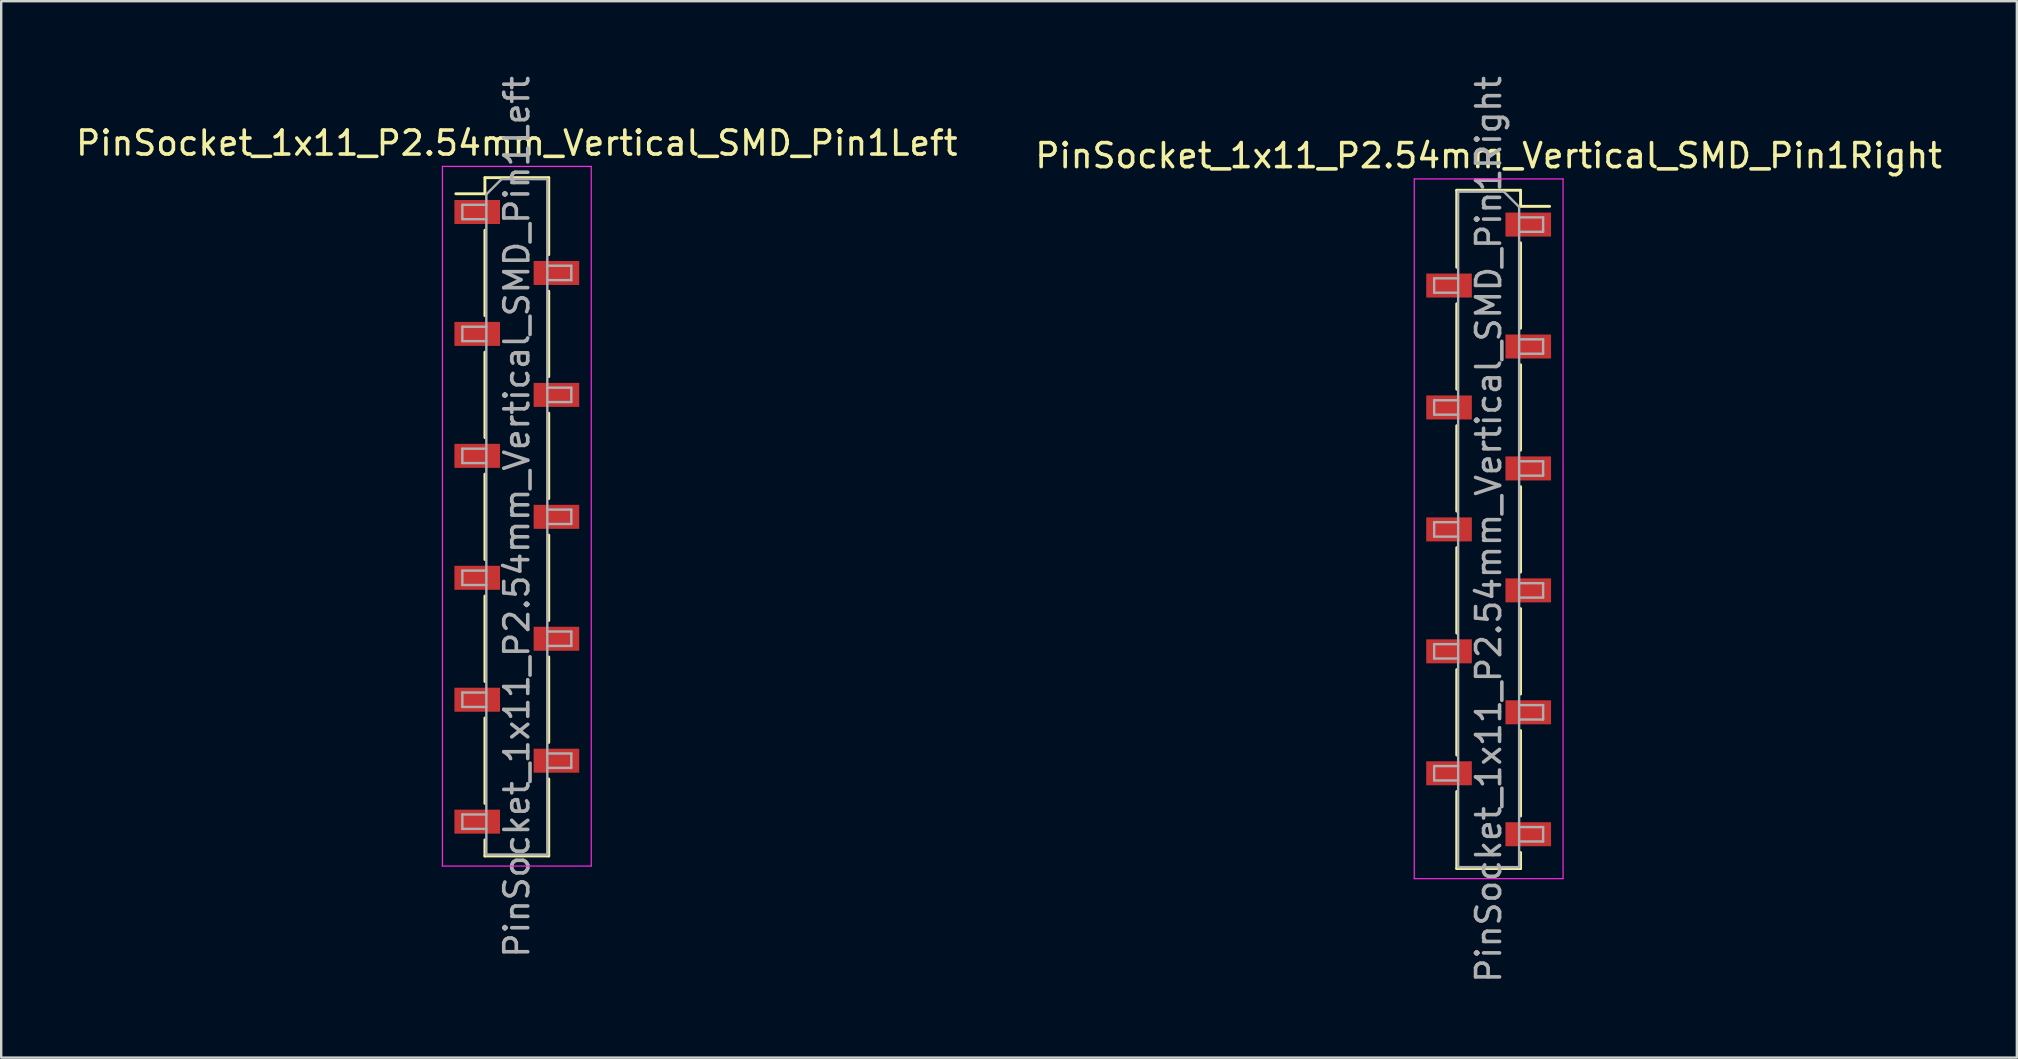
<source format=kicad_pcb>
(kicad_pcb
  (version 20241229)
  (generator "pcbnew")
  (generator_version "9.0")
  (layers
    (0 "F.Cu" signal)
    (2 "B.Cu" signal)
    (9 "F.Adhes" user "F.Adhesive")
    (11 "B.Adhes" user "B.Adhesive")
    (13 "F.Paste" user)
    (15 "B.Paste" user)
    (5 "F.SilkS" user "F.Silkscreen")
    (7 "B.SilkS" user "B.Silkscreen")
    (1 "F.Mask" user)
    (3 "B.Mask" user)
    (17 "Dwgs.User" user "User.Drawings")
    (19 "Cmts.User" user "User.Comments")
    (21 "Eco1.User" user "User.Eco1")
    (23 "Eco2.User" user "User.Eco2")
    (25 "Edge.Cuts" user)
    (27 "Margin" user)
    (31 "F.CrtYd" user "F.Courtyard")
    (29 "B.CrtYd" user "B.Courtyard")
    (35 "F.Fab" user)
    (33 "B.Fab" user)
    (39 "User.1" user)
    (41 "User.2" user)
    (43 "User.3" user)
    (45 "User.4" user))
  (footprint "PinSocket_1x11_P2.54mm_Vertical_SMD_Pin1Right"
    (layer "F.Cu")
    (at 58.97 19.006)
    (property "Reference" "PinSocket_1x11_P2.54mm_Vertical_SMD_Pin1Right" (at 0 -15.57 0) (layer "F.SilkS") (effects (font (size 1 1) (thickness 0.15))))
    (attr smd)
    (fp_line (start -1.33 -14.13) (end -1.33 -10.92) (stroke (width 0.12) (type solid)) (layer "F.SilkS"))
    (fp_line (start -1.33 -14.13) (end 1.33 -14.13) (stroke (width 0.12) (type solid)) (layer "F.SilkS"))
    (fp_line (start -1.33 -9.4) (end -1.33 -5.84) (stroke (width 0.12) (type solid)) (layer "F.SilkS"))
    (fp_line (start -1.33 -4.32) (end -1.33 -0.76) (stroke (width 0.12) (type solid)) (layer "F.SilkS"))
    (fp_line (start -1.33 0.76) (end -1.33 4.32) (stroke (width 0.12) (type solid)) (layer "F.SilkS"))
    (fp_line (start -1.33 5.84) (end -1.33 9.4) (stroke (width 0.12) (type solid)) (layer "F.SilkS"))
    (fp_line (start -1.33 10.92) (end -1.33 14.13) (stroke (width 0.12) (type solid)) (layer "F.SilkS"))
    (fp_line (start -1.33 14.13) (end 1.33 14.13) (stroke (width 0.12) (type solid)) (layer "F.SilkS"))
    (fp_line (start 1.33 -14.13) (end 1.33 -13.46) (stroke (width 0.12) (type solid)) (layer "F.SilkS"))
    (fp_line (start 1.33 -13.46) (end 2.54 -13.46) (stroke (width 0.12) (type solid)) (layer "F.SilkS"))
    (fp_line (start 1.33 -11.94) (end 1.33 -8.38) (stroke (width 0.12) (type solid)) (layer "F.SilkS"))
    (fp_line (start 1.33 -6.86) (end 1.33 -3.3) (stroke (width 0.12) (type solid)) (layer "F.SilkS"))
    (fp_line (start 1.33 -1.78) (end 1.33 1.78) (stroke (width 0.12) (type solid)) (layer "F.SilkS"))
    (fp_line (start 1.33 3.3) (end 1.33 6.86) (stroke (width 0.12) (type solid)) (layer "F.SilkS"))
    (fp_line (start 1.33 8.38) (end 1.33 11.94) (stroke (width 0.12) (type solid)) (layer "F.SilkS"))
    (fp_line (start 1.33 13.46) (end 1.33 14.13) (stroke (width 0.12) (type solid)) (layer "F.SilkS"))
    (fp_line (start -3.1 -14.6) (end 3.1 -14.6) (stroke (width 0.05) (type solid)) (layer "F.CrtYd"))
    (fp_line (start -3.1 14.55) (end -3.1 -14.6) (stroke (width 0.05) (type solid)) (layer "F.CrtYd"))
    (fp_line (start 3.1 -14.6) (end 3.1 14.55) (stroke (width 0.05) (type solid)) (layer "F.CrtYd"))
    (fp_line (start 3.1 14.55) (end -3.1 14.55) (stroke (width 0.05) (type solid)) (layer "F.CrtYd"))
    (fp_line (start -2.27 -10.46) (end -1.27 -10.46) (stroke (width 0.1) (type solid)) (layer "F.Fab"))
    (fp_line (start -2.27 -9.86) (end -2.27 -10.46) (stroke (width 0.1) (type solid)) (layer "F.Fab"))
    (fp_line (start -2.27 -5.38) (end -1.27 -5.38) (stroke (width 0.1) (type solid)) (layer "F.Fab"))
    (fp_line (start -2.27 -4.78) (end -2.27 -5.38) (stroke (width 0.1) (type solid)) (layer "F.Fab"))
    (fp_line (start -2.27 -0.3) (end -1.27 -0.3) (stroke (width 0.1) (type solid)) (layer "F.Fab"))
    (fp_line (start -2.27 0.3) (end -2.27 -0.3) (stroke (width 0.1) (type solid)) (layer "F.Fab"))
    (fp_line (start -2.27 4.78) (end -1.27 4.78) (stroke (width 0.1) (type solid)) (layer "F.Fab"))
    (fp_line (start -2.27 5.38) (end -2.27 4.78) (stroke (width 0.1) (type solid)) (layer "F.Fab"))
    (fp_line (start -2.27 9.86) (end -1.27 9.86) (stroke (width 0.1) (type solid)) (layer "F.Fab"))
    (fp_line (start -2.27 10.46) (end -2.27 9.86) (stroke (width 0.1) (type solid)) (layer "F.Fab"))
    (fp_line (start -1.27 -14.07) (end 0.635 -14.07) (stroke (width 0.1) (type solid)) (layer "F.Fab"))
    (fp_line (start -1.27 -9.86) (end -2.27 -9.86) (stroke (width 0.1) (type solid)) (layer "F.Fab"))
    (fp_line (start -1.27 -4.78) (end -2.27 -4.78) (stroke (width 0.1) (type solid)) (layer "F.Fab"))
    (fp_line (start -1.27 0.3) (end -2.27 0.3) (stroke (width 0.1) (type solid)) (layer "F.Fab"))
    (fp_line (start -1.27 5.38) (end -2.27 5.38) (stroke (width 0.1) (type solid)) (layer "F.Fab"))
    (fp_line (start -1.27 10.46) (end -2.27 10.46) (stroke (width 0.1) (type solid)) (layer "F.Fab"))
    (fp_line (start -1.27 14.07) (end -1.27 -14.07) (stroke (width 0.1) (type solid)) (layer "F.Fab"))
    (fp_line (start 0.635 -14.07) (end 1.27 -13.435) (stroke (width 0.1) (type solid)) (layer "F.Fab"))
    (fp_line (start 1.27 -13.435) (end 1.27 14.07) (stroke (width 0.1) (type solid)) (layer "F.Fab"))
    (fp_line (start 1.27 -13) (end 2.27 -13) (stroke (width 0.1) (type solid)) (layer "F.Fab"))
    (fp_line (start 1.27 -7.92) (end 2.27 -7.92) (stroke (width 0.1) (type solid)) (layer "F.Fab"))
    (fp_line (start 1.27 -2.84) (end 2.27 -2.84) (stroke (width 0.1) (type solid)) (layer "F.Fab"))
    (fp_line (start 1.27 2.24) (end 2.27 2.24) (stroke (width 0.1) (type solid)) (layer "F.Fab"))
    (fp_line (start 1.27 7.32) (end 2.27 7.32) (stroke (width 0.1) (type solid)) (layer "F.Fab"))
    (fp_line (start 1.27 12.4) (end 2.27 12.4) (stroke (width 0.1) (type solid)) (layer "F.Fab"))
    (fp_line (start 1.27 14.07) (end -1.27 14.07) (stroke (width 0.1) (type solid)) (layer "F.Fab"))
    (fp_line (start 2.27 -13) (end 2.27 -12.4) (stroke (width 0.1) (type solid)) (layer "F.Fab"))
    (fp_line (start 2.27 -12.4) (end 1.27 -12.4) (stroke (width 0.1) (type solid)) (layer "F.Fab"))
    (fp_line (start 2.27 -7.92) (end 2.27 -7.32) (stroke (width 0.1) (type solid)) (layer "F.Fab"))
    (fp_line (start 2.27 -7.32) (end 1.27 -7.32) (stroke (width 0.1) (type solid)) (layer "F.Fab"))
    (fp_line (start 2.27 -2.84) (end 2.27 -2.24) (stroke (width 0.1) (type solid)) (layer "F.Fab"))
    (fp_line (start 2.27 -2.24) (end 1.27 -2.24) (stroke (width 0.1) (type solid)) (layer "F.Fab"))
    (fp_line (start 2.27 2.24) (end 2.27 2.84) (stroke (width 0.1) (type solid)) (layer "F.Fab"))
    (fp_line (start 2.27 2.84) (end 1.27 2.84) (stroke (width 0.1) (type solid)) (layer "F.Fab"))
    (fp_line (start 2.27 7.32) (end 2.27 7.92) (stroke (width 0.1) (type solid)) (layer "F.Fab"))
    (fp_line (start 2.27 7.92) (end 1.27 7.92) (stroke (width 0.1) (type solid)) (layer "F.Fab"))
    (fp_line (start 2.27 12.4) (end 2.27 13) (stroke (width 0.1) (type solid)) (layer "F.Fab"))
    (fp_line (start 2.27 13) (end 1.27 13) (stroke (width 0.1) (type solid)) (layer "F.Fab"))
    (fp_text user "${REFERENCE}" (at 0 0 90) (layer "F.Fab") (effects (font (size 1 1) (thickness 0.15))))
    (pad "1" smd rect (at 1.65 -12.7) (size 1.9 1) (layers "F.Cu" "F.Mask" "F.Paste"))
    (pad "2" smd rect (at -1.65 -10.16) (size 1.9 1) (layers "F.Cu" "F.Mask" "F.Paste"))
    (pad "3" smd rect (at 1.65 -7.62) (size 1.9 1) (layers "F.Cu" "F.Mask" "F.Paste"))
    (pad "4" smd rect (at -1.65 -5.08) (size 1.9 1) (layers "F.Cu" "F.Mask" "F.Paste"))
    (pad "5" smd rect (at 1.65 -2.54) (size 1.9 1) (layers "F.Cu" "F.Mask" "F.Paste"))
    (pad "6" smd rect (at -1.65 0) (size 1.9 1) (layers "F.Cu" "F.Mask" "F.Paste"))
    (pad "7" smd rect (at 1.65 2.54) (size 1.9 1) (layers "F.Cu" "F.Mask" "F.Paste"))
    (pad "8" smd rect (at -1.65 5.08) (size 1.9 1) (layers "F.Cu" "F.Mask" "F.Paste"))
    (pad "9" smd rect (at 1.65 7.62) (size 1.9 1) (layers "F.Cu" "F.Mask" "F.Paste"))
    (pad "10" smd rect (at -1.65 10.16) (size 1.9 1) (layers "F.Cu" "F.Mask" "F.Paste"))
    (pad "11" smd rect (at 1.65 12.7) (size 1.9 1) (layers "F.Cu" "F.Mask" "F.Paste")))
  (footprint "PinSocket_1x11_P2.54mm_Vertical_SMD_Pin1Left"
    (layer "F.Cu")
    (at 18.482 18.482)
    (property "Reference" "PinSocket_1x11_P2.54mm_Vertical_SMD_Pin1Left" (at 0 -15.57 0) (layer "F.SilkS") (effects (font (size 1 1) (thickness 0.15))))
    (attr smd)
    (fp_line (start -2.54 -13.46) (end -1.33 -13.46) (stroke (width 0.12) (type solid)) (layer "F.SilkS"))
    (fp_line (start -1.33 -14.13) (end -1.33 -13.46) (stroke (width 0.12) (type solid)) (layer "F.SilkS"))
    (fp_line (start -1.33 -14.13) (end 1.33 -14.13) (stroke (width 0.12) (type solid)) (layer "F.SilkS"))
    (fp_line (start -1.33 -11.94) (end -1.33 -8.38) (stroke (width 0.12) (type solid)) (layer "F.SilkS"))
    (fp_line (start -1.33 -6.86) (end -1.33 -3.3) (stroke (width 0.12) (type solid)) (layer "F.SilkS"))
    (fp_line (start -1.33 -1.78) (end -1.33 1.78) (stroke (width 0.12) (type solid)) (layer "F.SilkS"))
    (fp_line (start -1.33 3.3) (end -1.33 6.86) (stroke (width 0.12) (type solid)) (layer "F.SilkS"))
    (fp_line (start -1.33 8.38) (end -1.33 11.94) (stroke (width 0.12) (type solid)) (layer "F.SilkS"))
    (fp_line (start -1.33 13.46) (end -1.33 14.13) (stroke (width 0.12) (type solid)) (layer "F.SilkS"))
    (fp_line (start -1.33 14.13) (end 1.33 14.13) (stroke (width 0.12) (type solid)) (layer "F.SilkS"))
    (fp_line (start 1.33 -14.13) (end 1.33 -10.92) (stroke (width 0.12) (type solid)) (layer "F.SilkS"))
    (fp_line (start 1.33 -9.4) (end 1.33 -5.84) (stroke (width 0.12) (type solid)) (layer "F.SilkS"))
    (fp_line (start 1.33 -4.32) (end 1.33 -0.76) (stroke (width 0.12) (type solid)) (layer "F.SilkS"))
    (fp_line (start 1.33 0.76) (end 1.33 4.32) (stroke (width 0.12) (type solid)) (layer "F.SilkS"))
    (fp_line (start 1.33 5.84) (end 1.33 9.4) (stroke (width 0.12) (type solid)) (layer "F.SilkS"))
    (fp_line (start 1.33 10.92) (end 1.33 14.13) (stroke (width 0.12) (type solid)) (layer "F.SilkS"))
    (fp_line (start -3.1 -14.6) (end 3.1 -14.6) (stroke (width 0.05) (type solid)) (layer "F.CrtYd"))
    (fp_line (start -3.1 14.55) (end -3.1 -14.6) (stroke (width 0.05) (type solid)) (layer "F.CrtYd"))
    (fp_line (start 3.1 -14.6) (end 3.1 14.55) (stroke (width 0.05) (type solid)) (layer "F.CrtYd"))
    (fp_line (start 3.1 14.55) (end -3.1 14.55) (stroke (width 0.05) (type solid)) (layer "F.CrtYd"))
    (fp_line (start -2.27 -13) (end -1.27 -13) (stroke (width 0.1) (type solid)) (layer "F.Fab"))
    (fp_line (start -2.27 -12.4) (end -2.27 -13) (stroke (width 0.1) (type solid)) (layer "F.Fab"))
    (fp_line (start -2.27 -7.92) (end -1.27 -7.92) (stroke (width 0.1) (type solid)) (layer "F.Fab"))
    (fp_line (start -2.27 -7.32) (end -2.27 -7.92) (stroke (width 0.1) (type solid)) (layer "F.Fab"))
    (fp_line (start -2.27 -2.84) (end -1.27 -2.84) (stroke (width 0.1) (type solid)) (layer "F.Fab"))
    (fp_line (start -2.27 -2.24) (end -2.27 -2.84) (stroke (width 0.1) (type solid)) (layer "F.Fab"))
    (fp_line (start -2.27 2.24) (end -1.27 2.24) (stroke (width 0.1) (type solid)) (layer "F.Fab"))
    (fp_line (start -2.27 2.84) (end -2.27 2.24) (stroke (width 0.1) (type solid)) (layer "F.Fab"))
    (fp_line (start -2.27 7.32) (end -1.27 7.32) (stroke (width 0.1) (type solid)) (layer "F.Fab"))
    (fp_line (start -2.27 7.92) (end -2.27 7.32) (stroke (width 0.1) (type solid)) (layer "F.Fab"))
    (fp_line (start -2.27 12.4) (end -1.27 12.4) (stroke (width 0.1) (type solid)) (layer "F.Fab"))
    (fp_line (start -2.27 13) (end -2.27 12.4) (stroke (width 0.1) (type solid)) (layer "F.Fab"))
    (fp_line (start -1.27 -13.435) (end -0.635 -14.07) (stroke (width 0.1) (type solid)) (layer "F.Fab"))
    (fp_line (start -1.27 -12.4) (end -2.27 -12.4) (stroke (width 0.1) (type solid)) (layer "F.Fab"))
    (fp_line (start -1.27 -7.32) (end -2.27 -7.32) (stroke (width 0.1) (type solid)) (layer "F.Fab"))
    (fp_line (start -1.27 -2.24) (end -2.27 -2.24) (stroke (width 0.1) (type solid)) (layer "F.Fab"))
    (fp_line (start -1.27 2.84) (end -2.27 2.84) (stroke (width 0.1) (type solid)) (layer "F.Fab"))
    (fp_line (start -1.27 7.92) (end -2.27 7.92) (stroke (width 0.1) (type solid)) (layer "F.Fab"))
    (fp_line (start -1.27 13) (end -2.27 13) (stroke (width 0.1) (type solid)) (layer "F.Fab"))
    (fp_line (start -1.27 14.07) (end -1.27 -13.435) (stroke (width 0.1) (type solid)) (layer "F.Fab"))
    (fp_line (start -0.635 -14.07) (end 1.27 -14.07) (stroke (width 0.1) (type solid)) (layer "F.Fab"))
    (fp_line (start 1.27 -14.07) (end 1.27 14.07) (stroke (width 0.1) (type solid)) (layer "F.Fab"))
    (fp_line (start 1.27 -10.46) (end 2.27 -10.46) (stroke (width 0.1) (type solid)) (layer "F.Fab"))
    (fp_line (start 1.27 -5.38) (end 2.27 -5.38) (stroke (width 0.1) (type solid)) (layer "F.Fab"))
    (fp_line (start 1.27 -0.3) (end 2.27 -0.3) (stroke (width 0.1) (type solid)) (layer "F.Fab"))
    (fp_line (start 1.27 4.78) (end 2.27 4.78) (stroke (width 0.1) (type solid)) (layer "F.Fab"))
    (fp_line (start 1.27 9.86) (end 2.27 9.86) (stroke (width 0.1) (type solid)) (layer "F.Fab"))
    (fp_line (start 1.27 14.07) (end -1.27 14.07) (stroke (width 0.1) (type solid)) (layer "F.Fab"))
    (fp_line (start 2.27 -10.46) (end 2.27 -9.86) (stroke (width 0.1) (type solid)) (layer "F.Fab"))
    (fp_line (start 2.27 -9.86) (end 1.27 -9.86) (stroke (width 0.1) (type solid)) (layer "F.Fab"))
    (fp_line (start 2.27 -5.38) (end 2.27 -4.78) (stroke (width 0.1) (type solid)) (layer "F.Fab"))
    (fp_line (start 2.27 -4.78) (end 1.27 -4.78) (stroke (width 0.1) (type solid)) (layer "F.Fab"))
    (fp_line (start 2.27 -0.3) (end 2.27 0.3) (stroke (width 0.1) (type solid)) (layer "F.Fab"))
    (fp_line (start 2.27 0.3) (end 1.27 0.3) (stroke (width 0.1) (type solid)) (layer "F.Fab"))
    (fp_line (start 2.27 4.78) (end 2.27 5.38) (stroke (width 0.1) (type solid)) (layer "F.Fab"))
    (fp_line (start 2.27 5.38) (end 1.27 5.38) (stroke (width 0.1) (type solid)) (layer "F.Fab"))
    (fp_line (start 2.27 9.86) (end 2.27 10.46) (stroke (width 0.1) (type solid)) (layer "F.Fab"))
    (fp_line (start 2.27 10.46) (end 1.27 10.46) (stroke (width 0.1) (type solid)) (layer "F.Fab"))
    (fp_text user "${REFERENCE}" (at 0 0 90) (layer "F.Fab") (effects (font (size 1 1) (thickness 0.15))))
    (pad "1" smd rect (at -1.65 -12.7) (size 1.9 1) (layers "F.Cu" "F.Mask" "F.Paste"))
    (pad "2" smd rect (at 1.65 -10.16) (size 1.9 1) (layers "F.Cu" "F.Mask" "F.Paste"))
    (pad "3" smd rect (at -1.65 -7.62) (size 1.9 1) (layers "F.Cu" "F.Mask" "F.Paste"))
    (pad "4" smd rect (at 1.65 -5.08) (size 1.9 1) (layers "F.Cu" "F.Mask" "F.Paste"))
    (pad "5" smd rect (at -1.65 -2.54) (size 1.9 1) (layers "F.Cu" "F.Mask" "F.Paste"))
    (pad "6" smd rect (at 1.65 0) (size 1.9 1) (layers "F.Cu" "F.Mask" "F.Paste"))
    (pad "7" smd rect (at -1.65 2.54) (size 1.9 1) (layers "F.Cu" "F.Mask" "F.Paste"))
    (pad "8" smd rect (at 1.65 5.08) (size 1.9 1) (layers "F.Cu" "F.Mask" "F.Paste"))
    (pad "9" smd rect (at -1.65 7.62) (size 1.9 1) (layers "F.Cu" "F.Mask" "F.Paste"))
    (pad "10" smd rect (at 1.65 10.16) (size 1.9 1) (layers "F.Cu" "F.Mask" "F.Paste"))
    (pad "11" smd rect (at -1.65 12.7) (size 1.9 1) (layers "F.Cu" "F.Mask" "F.Paste")))
  (gr_rect
    (start -3 -3)
    (end 80.976 41.012)
    (stroke (width 0.1) (type default))
    (fill no)
    (layer "Edge.Cuts")))
</source>
